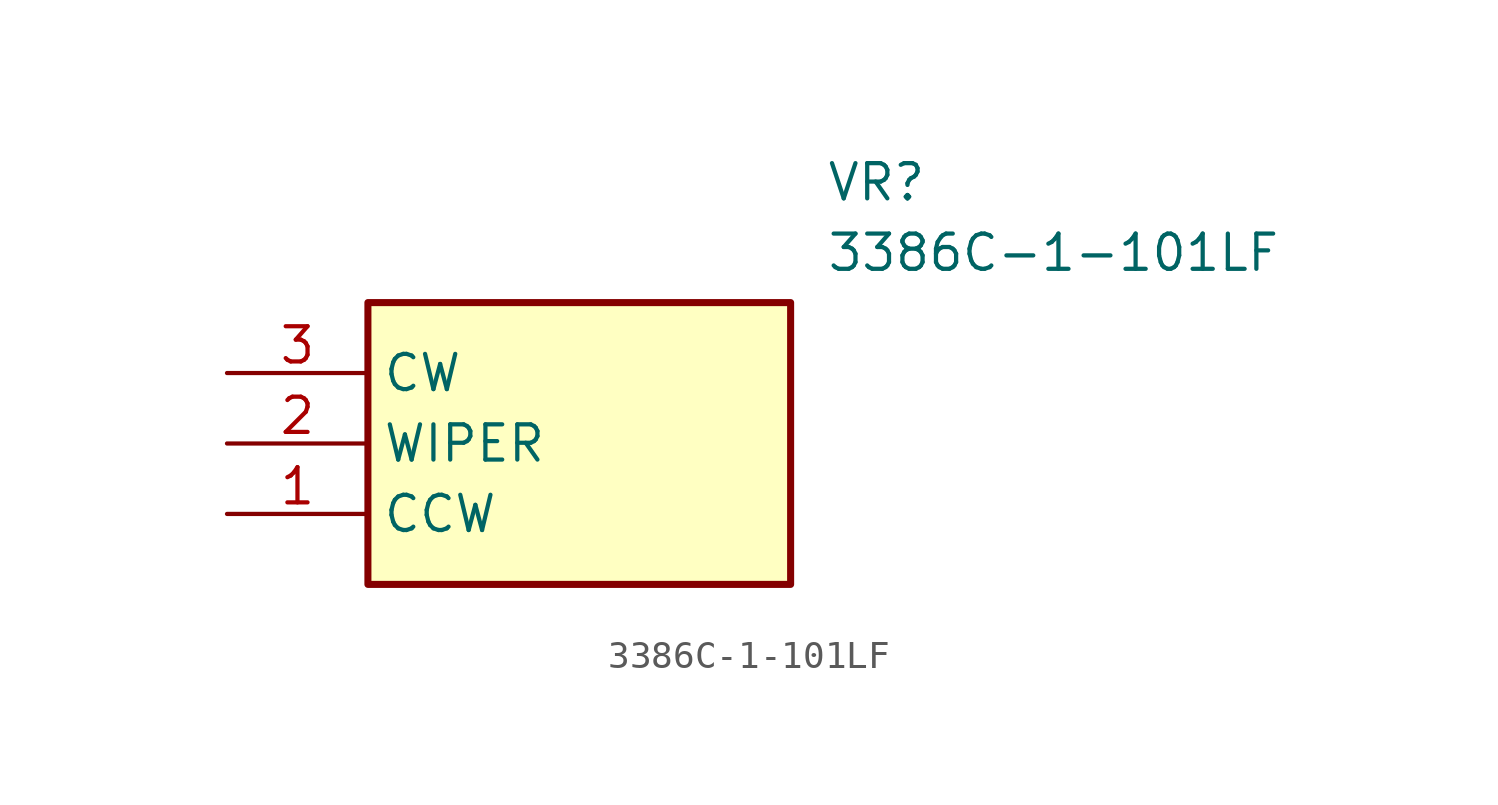
<source format=kicad_sym>
(kicad_symbol_lib
  (version 20211014)
  (generator SamacSys_ECAD_Model)
  (symbol "3386C-1-101LF"
    (property "Reference" "VR"
      (at 21.59 7.62 0)
      (effects (font (size 1.27 1.27)) (justify left top)))
    (property "Value" "3386C-1-101LF"
      (at 21.59 5.08 0)
      (effects (font (size 1.27 1.27)) (justify left top)))
    (rectangle
      (start 5.08 2.54)
      (end 20.32 -7.62)
      (stroke (width 0.254) (type default))
      (fill (type background)))
    (pin passive line
      (at 0 -5.08 0)
      (length 5.08)
      (name "CCW" (effects (font (size 1.27 1.27))))
      (number "1" (effects (font (size 1.27 1.27)))))
    (pin passive line
      (at 0 -2.54 0)
      (length 5.08)
      (name "WIPER" (effects (font (size 1.27 1.27))))
      (number "2" (effects (font (size 1.27 1.27)))))
    (pin passive line
      (at 0 0 0)
      (length 5.08)
      (name "CW" (effects (font (size 1.27 1.27))))
      (number "3" (effects (font (size 1.27 1.27)))))))
</source>
